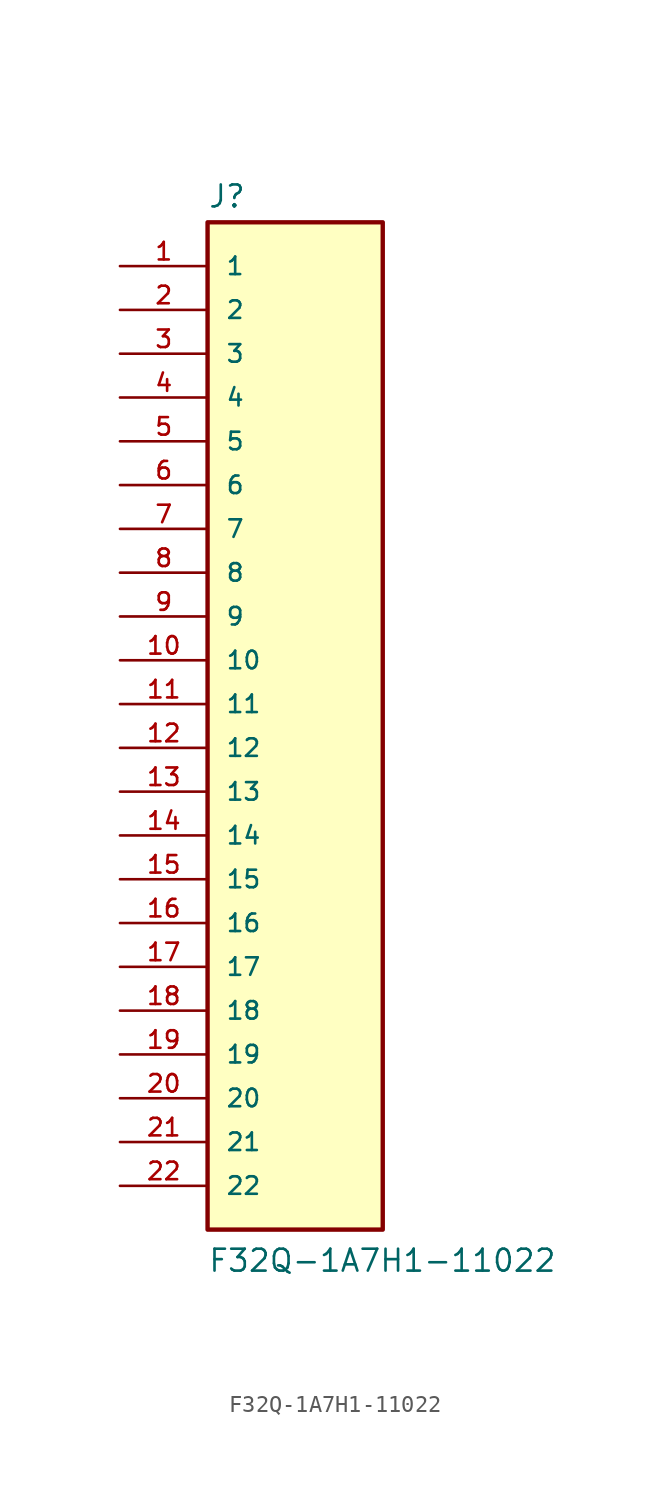
<source format=kicad_sym>
(kicad_symbol_lib
  (version 20211014)
  (generator kicad_symbol_editor)
  (symbol "F32Q-1A7H1-11022"
    (pin_names
      (offset 1.016))
    (property "Reference" "J"
      (at -5.08 31.242 0)
      (effects (font (size 1.27 1.27)) (justify bottom left)))
    (property "Value" "F32Q-1A7H1-11022"
      (at -5.08 -30.48 0)
      (effects (font (size 1.27 1.27)) (justify bottom left)))
    (symbol "F32Q-1A7H1-11022_0_0"
      (rectangle (start -5.08 -27.94) (end 5.08 30.48) (stroke (width 0.254)) (fill (type background)))
      (pin passive line (at -10.16 27.94 0) (length 5.08) (name "1" (effects (font (size 1.016 1.016)))) (number "1" (effects (font (size 1.016 1.016)))))
      (pin passive line (at -10.16 25.4 0) (length 5.08) (name "2" (effects (font (size 1.016 1.016)))) (number "2" (effects (font (size 1.016 1.016)))))
      (pin passive line (at -10.16 22.86 0) (length 5.08) (name "3" (effects (font (size 1.016 1.016)))) (number "3" (effects (font (size 1.016 1.016)))))
      (pin passive line (at -10.16 20.32 0) (length 5.08) (name "4" (effects (font (size 1.016 1.016)))) (number "4" (effects (font (size 1.016 1.016)))))
      (pin passive line (at -10.16 17.78 0) (length 5.08) (name "5" (effects (font (size 1.016 1.016)))) (number "5" (effects (font (size 1.016 1.016)))))
      (pin passive line (at -10.16 15.24 0) (length 5.08) (name "6" (effects (font (size 1.016 1.016)))) (number "6" (effects (font (size 1.016 1.016)))))
      (pin passive line (at -10.16 12.7 0) (length 5.08) (name "7" (effects (font (size 1.016 1.016)))) (number "7" (effects (font (size 1.016 1.016)))))
      (pin passive line (at -10.16 10.16 0) (length 5.08) (name "8" (effects (font (size 1.016 1.016)))) (number "8" (effects (font (size 1.016 1.016)))))
      (pin passive line (at -10.16 7.62 0) (length 5.08) (name "9" (effects (font (size 1.016 1.016)))) (number "9" (effects (font (size 1.016 1.016)))))
      (pin passive line (at -10.16 5.08 0) (length 5.08) (name "10" (effects (font (size 1.016 1.016)))) (number "10" (effects (font (size 1.016 1.016)))))
      (pin passive line (at -10.16 2.54 0) (length 5.08) (name "11" (effects (font (size 1.016 1.016)))) (number "11" (effects (font (size 1.016 1.016)))))
      (pin passive line (at -10.16 0.0 0) (length 5.08) (name "12" (effects (font (size 1.016 1.016)))) (number "12" (effects (font (size 1.016 1.016)))))
      (pin passive line (at -10.16 -2.54 0) (length 5.08) (name "13" (effects (font (size 1.016 1.016)))) (number "13" (effects (font (size 1.016 1.016)))))
      (pin passive line (at -10.16 -5.08 0) (length 5.08) (name "14" (effects (font (size 1.016 1.016)))) (number "14" (effects (font (size 1.016 1.016)))))
      (pin passive line (at -10.16 -7.62 0) (length 5.08) (name "15" (effects (font (size 1.016 1.016)))) (number "15" (effects (font (size 1.016 1.016)))))
      (pin passive line (at -10.16 -10.16 0) (length 5.08) (name "16" (effects (font (size 1.016 1.016)))) (number "16" (effects (font (size 1.016 1.016)))))
      (pin passive line (at -10.16 -12.7 0) (length 5.08) (name "17" (effects (font (size 1.016 1.016)))) (number "17" (effects (font (size 1.016 1.016)))))
      (pin passive line (at -10.16 -15.24 0) (length 5.08) (name "18" (effects (font (size 1.016 1.016)))) (number "18" (effects (font (size 1.016 1.016)))))
      (pin passive line (at -10.16 -17.78 0) (length 5.08) (name "19" (effects (font (size 1.016 1.016)))) (number "19" (effects (font (size 1.016 1.016)))))
      (pin passive line (at -10.16 -20.32 0) (length 5.08) (name "20" (effects (font (size 1.016 1.016)))) (number "20" (effects (font (size 1.016 1.016)))))
      (pin passive line (at -10.16 -22.86 0) (length 5.08) (name "21" (effects (font (size 1.016 1.016)))) (number "21" (effects (font (size 1.016 1.016)))))
      (pin passive line (at -10.16 -25.4 0) (length 5.08) (name "22" (effects (font (size 1.016 1.016)))) (number "22" (effects (font (size 1.016 1.016))))))))
</source>
